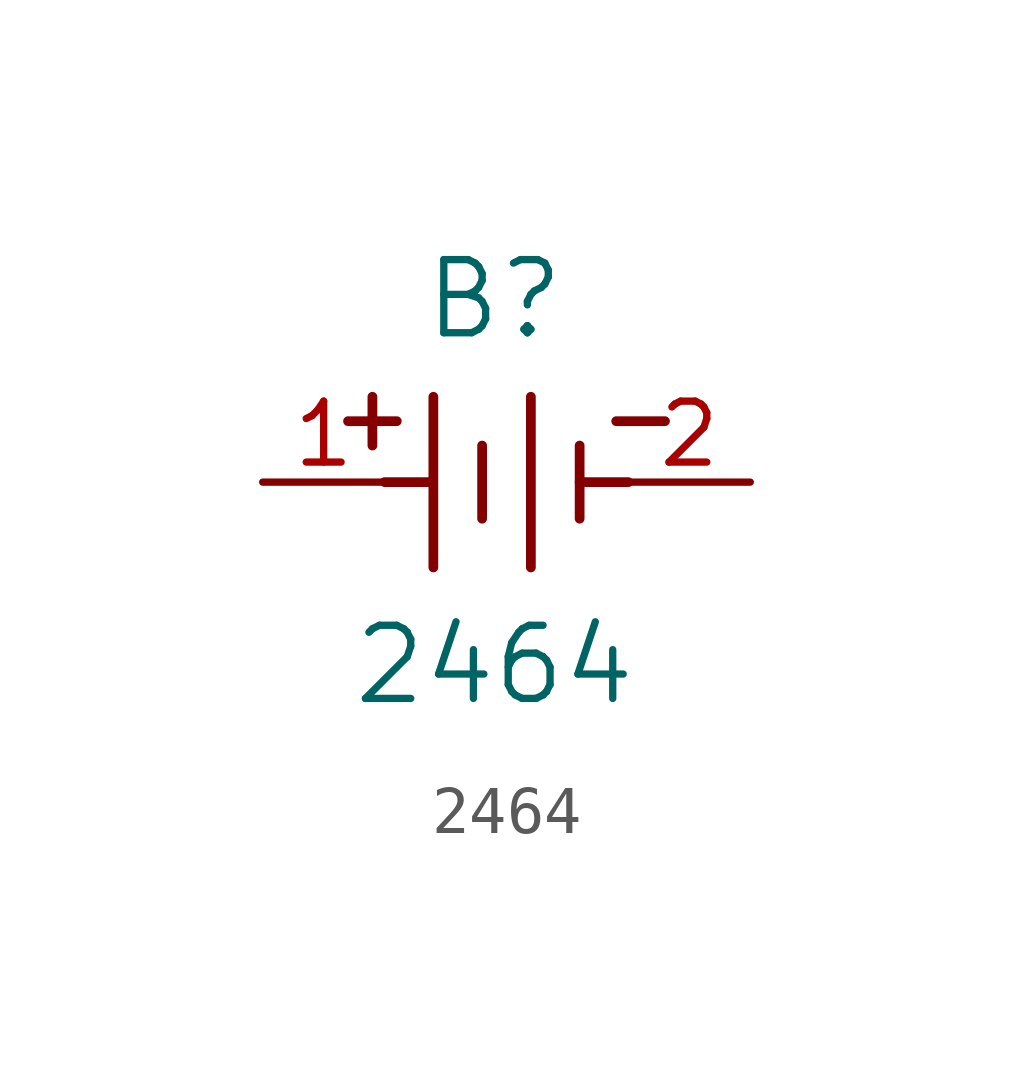
<source format=kicad_sym>
(kicad_symbol_lib
  (version 20211014)
  (generator kicad_symbol_editor)
  (symbol "2464"
    (pin_names
      (offset 0.254))
    (property "Reference" "B"
      (at 4.826 3.81 0)
      (effects (font (size 1.524 1.524))))
    (property "Value" "2464"
      (at 4.826 -3.81 0)
      (effects (font (size 1.524 1.524))))
    (symbol "2464_0_1"
      (polyline (pts (xy 2.286 0.762) (xy 2.286 1.778)) (stroke (width 0.203) (type default) (color 0 0 0 0)) (fill (type none)))
      (polyline (pts (xy 6.604 0) (xy 7.62 0)) (stroke (width 0.203) (type default) (color 0 0 0 0)) (fill (type none)))
      (polyline (pts (xy 3.556 -1.778) (xy 3.556 1.778)) (stroke (width 0.203) (type default) (color 0 0 0 0)) (fill (type none)))
      (polyline (pts (xy 1.778 1.27) (xy 2.794 1.27)) (stroke (width 0.203) (type default) (color 0 0 0 0)) (fill (type none)))
      (polyline (pts (xy 2.54 0) (xy 3.48 0)) (stroke (width 0.203) (type default) (color 0 0 0 0)) (fill (type none)))
      (polyline (pts (xy 5.588 -1.778) (xy 5.588 1.778)) (stroke (width 0.203) (type default) (color 0 0 0 0)) (fill (type none)))
      (polyline (pts (xy 6.604 0.762) (xy 6.604 -0.762)) (stroke (width 0.203) (type default) (color 0 0 0 0)) (fill (type none)))
      (polyline (pts (xy 4.572 0.762) (xy 4.572 -0.762)) (stroke (width 0.203) (type default) (color 0 0 0 0)) (fill (type none)))
      (polyline (pts (xy 7.366 1.27) (xy 8.382 1.27)) (stroke (width 0.203) (type default) (color 0 0 0 0)) (fill (type none)))
      (pin unspecified line (at 0 0 0) (length 2.54) (name "" (effects (font (size 1.27 1.27)))) (number "1" (effects (font (size 1.27 1.27)))))
      (pin unspecified line (at 10.16 0 180) (length 2.54) (name "" (effects (font (size 1.27 1.27)))) (number "2" (effects (font (size 1.27 1.27))))))))
</source>
